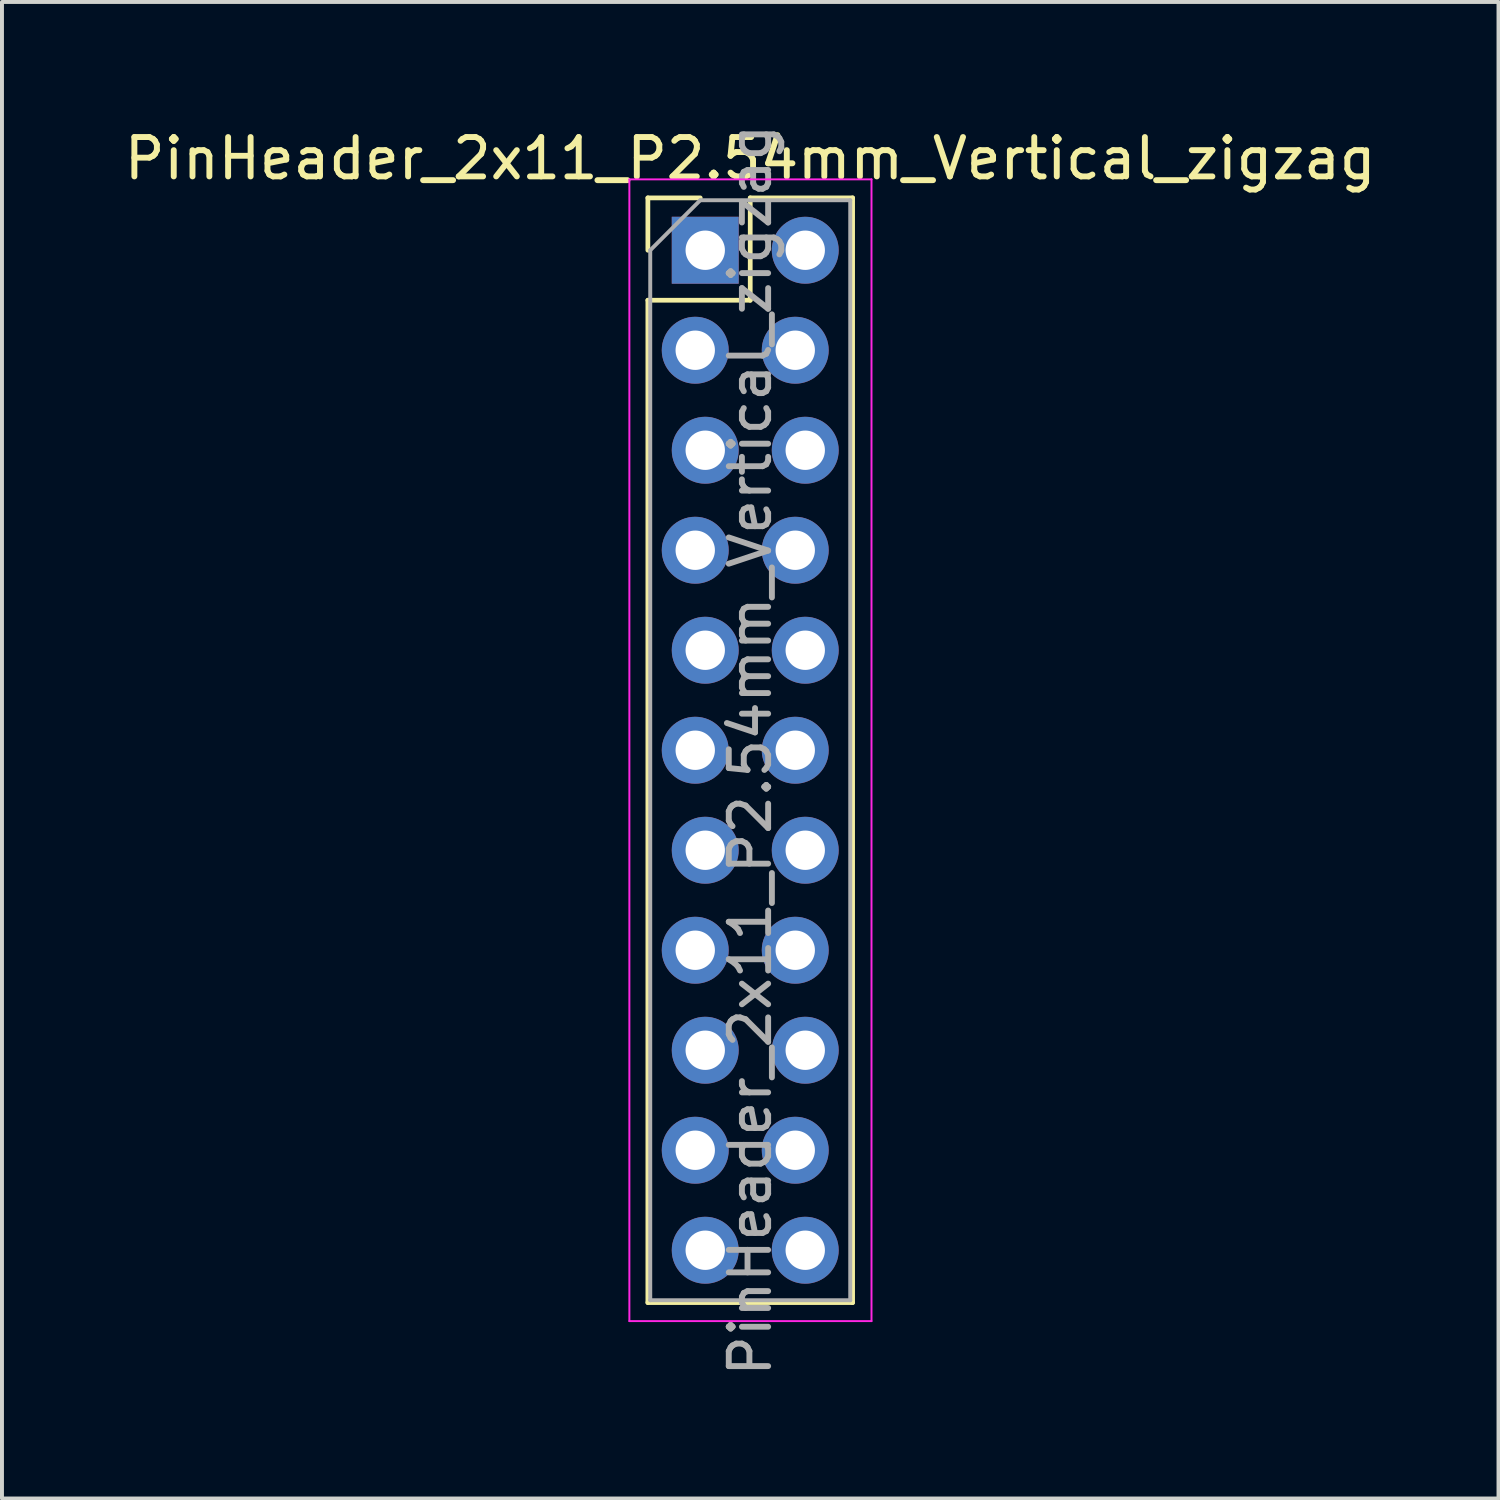
<source format=kicad_pcb>
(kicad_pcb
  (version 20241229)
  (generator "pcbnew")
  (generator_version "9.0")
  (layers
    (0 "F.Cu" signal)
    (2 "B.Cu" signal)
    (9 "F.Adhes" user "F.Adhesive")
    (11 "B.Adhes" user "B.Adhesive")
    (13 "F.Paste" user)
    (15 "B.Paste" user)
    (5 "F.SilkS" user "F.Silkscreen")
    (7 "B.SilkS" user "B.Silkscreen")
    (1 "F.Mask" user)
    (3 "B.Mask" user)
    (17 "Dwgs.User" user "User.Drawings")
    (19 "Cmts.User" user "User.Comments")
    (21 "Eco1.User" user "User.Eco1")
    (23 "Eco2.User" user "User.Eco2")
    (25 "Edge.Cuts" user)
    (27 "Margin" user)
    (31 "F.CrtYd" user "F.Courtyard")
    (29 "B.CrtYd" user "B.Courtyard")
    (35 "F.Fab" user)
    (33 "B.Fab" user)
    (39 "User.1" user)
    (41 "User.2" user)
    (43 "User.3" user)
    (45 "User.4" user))
  (footprint "PinHeader_2x11_P2.54mm_Vertical_zigzag"
    (layer "F.Cu")
    (at 14.736 3.306)
    (property "Reference" "PinHeader_2x11_P2.54mm_Vertical_zigzag" (at 1.27 -2.33 0) (layer "F.SilkS") (effects (font (size 1 1) (thickness 0.15))))
    (attr through_hole)
    (fp_line (start -1.33 -1.33) (end 0 -1.33) (stroke (width 0.12) (type solid)) (layer "F.SilkS"))
    (fp_line (start -1.33 0) (end -1.33 -1.33) (stroke (width 0.12) (type solid)) (layer "F.SilkS"))
    (fp_line (start -1.33 1.27) (end -1.33 26.73) (stroke (width 0.12) (type solid)) (layer "F.SilkS"))
    (fp_line (start -1.33 1.27) (end 1.27 1.27) (stroke (width 0.12) (type solid)) (layer "F.SilkS"))
    (fp_line (start -1.33 26.73) (end 3.87 26.73) (stroke (width 0.12) (type solid)) (layer "F.SilkS"))
    (fp_line (start 1.27 -1.33) (end 3.87 -1.33) (stroke (width 0.12) (type solid)) (layer "F.SilkS"))
    (fp_line (start 1.27 1.27) (end 1.27 -1.33) (stroke (width 0.12) (type solid)) (layer "F.SilkS"))
    (fp_line (start 3.87 -1.33) (end 3.87 26.73) (stroke (width 0.12) (type solid)) (layer "F.SilkS"))
    (fp_line (start -1.8 -1.8) (end -1.8 27.2) (stroke (width 0.05) (type solid)) (layer "F.CrtYd"))
    (fp_line (start -1.8 27.2) (end 4.35 27.2) (stroke (width 0.05) (type solid)) (layer "F.CrtYd"))
    (fp_line (start 4.35 -1.8) (end -1.8 -1.8) (stroke (width 0.05) (type solid)) (layer "F.CrtYd"))
    (fp_line (start 4.35 27.2) (end 4.35 -1.8) (stroke (width 0.05) (type solid)) (layer "F.CrtYd"))
    (fp_line (start -1.27 0) (end 0 -1.27) (stroke (width 0.1) (type solid)) (layer "F.Fab"))
    (fp_line (start -1.27 26.67) (end -1.27 0) (stroke (width 0.1) (type solid)) (layer "F.Fab"))
    (fp_line (start 0 -1.27) (end 3.81 -1.27) (stroke (width 0.1) (type solid)) (layer "F.Fab"))
    (fp_line (start 3.81 -1.27) (end 3.81 26.67) (stroke (width 0.1) (type solid)) (layer "F.Fab"))
    (fp_line (start 3.81 26.67) (end -1.27 26.67) (stroke (width 0.1) (type solid)) (layer "F.Fab"))
    (fp_text user "${REFERENCE}" (at 1.27 12.7 90) (layer "F.Fab") (effects (font (size 1 1) (thickness 0.15))))
    (pad "1" thru_hole rect (at 0.127 0) (size 1.7 1.7) (drill 1) (layers "*.Cu" "*.Mask"))
    (pad "2" thru_hole oval (at 2.667 0) (size 1.7 1.7) (drill 1) (layers "*.Cu" "*.Mask"))
    (pad "3" thru_hole oval (at -0.127 2.54) (size 1.7 1.7) (drill 1) (layers "*.Cu" "*.Mask"))
    (pad "4" thru_hole oval (at 2.413 2.54) (size 1.7 1.7) (drill 1) (layers "*.Cu" "*.Mask"))
    (pad "5" thru_hole oval (at 0.127 5.08) (size 1.7 1.7) (drill 1) (layers "*.Cu" "*.Mask"))
    (pad "6" thru_hole oval (at 2.667 5.08) (size 1.7 1.7) (drill 1) (layers "*.Cu" "*.Mask"))
    (pad "7" thru_hole oval (at -0.127 7.62) (size 1.7 1.7) (drill 1) (layers "*.Cu" "*.Mask"))
    (pad "8" thru_hole oval (at 2.413 7.62) (size 1.7 1.7) (drill 1) (layers "*.Cu" "*.Mask"))
    (pad "9" thru_hole oval (at 0.127 10.16) (size 1.7 1.7) (drill 1) (layers "*.Cu" "*.Mask"))
    (pad "10" thru_hole oval (at 2.667 10.16) (size 1.7 1.7) (drill 1) (layers "*.Cu" "*.Mask"))
    (pad "11" thru_hole oval (at -0.127 12.7) (size 1.7 1.7) (drill 1) (layers "*.Cu" "*.Mask"))
    (pad "12" thru_hole oval (at 2.413 12.7) (size 1.7 1.7) (drill 1) (layers "*.Cu" "*.Mask"))
    (pad "13" thru_hole oval (at 0.127 15.24) (size 1.7 1.7) (drill 1) (layers "*.Cu" "*.Mask"))
    (pad "14" thru_hole oval (at 2.667 15.24) (size 1.7 1.7) (drill 1) (layers "*.Cu" "*.Mask"))
    (pad "15" thru_hole oval (at -0.127 17.78) (size 1.7 1.7) (drill 1) (layers "*.Cu" "*.Mask"))
    (pad "16" thru_hole oval (at 2.413 17.78) (size 1.7 1.7) (drill 1) (layers "*.Cu" "*.Mask"))
    (pad "17" thru_hole oval (at 0.127 20.32) (size 1.7 1.7) (drill 1) (layers "*.Cu" "*.Mask"))
    (pad "18" thru_hole oval (at 2.667 20.32) (size 1.7 1.7) (drill 1) (layers "*.Cu" "*.Mask"))
    (pad "19" thru_hole oval (at -0.127 22.86) (size 1.7 1.7) (drill 1) (layers "*.Cu" "*.Mask"))
    (pad "20" thru_hole oval (at 2.413 22.86) (size 1.7 1.7) (drill 1) (layers "*.Cu" "*.Mask"))
    (pad "21" thru_hole oval (at 0.127 25.4) (size 1.7 1.7) (drill 1) (layers "*.Cu" "*.Mask"))
    (pad "22" thru_hole oval (at 2.667 25.4) (size 1.7 1.7) (drill 1) (layers "*.Cu" "*.Mask")))
  (gr_rect
    (start -3 -3)
    (end 35.012 35.012)
    (stroke (width 0.1) (type default))
    (fill no)
    (layer "Edge.Cuts")))
</source>
